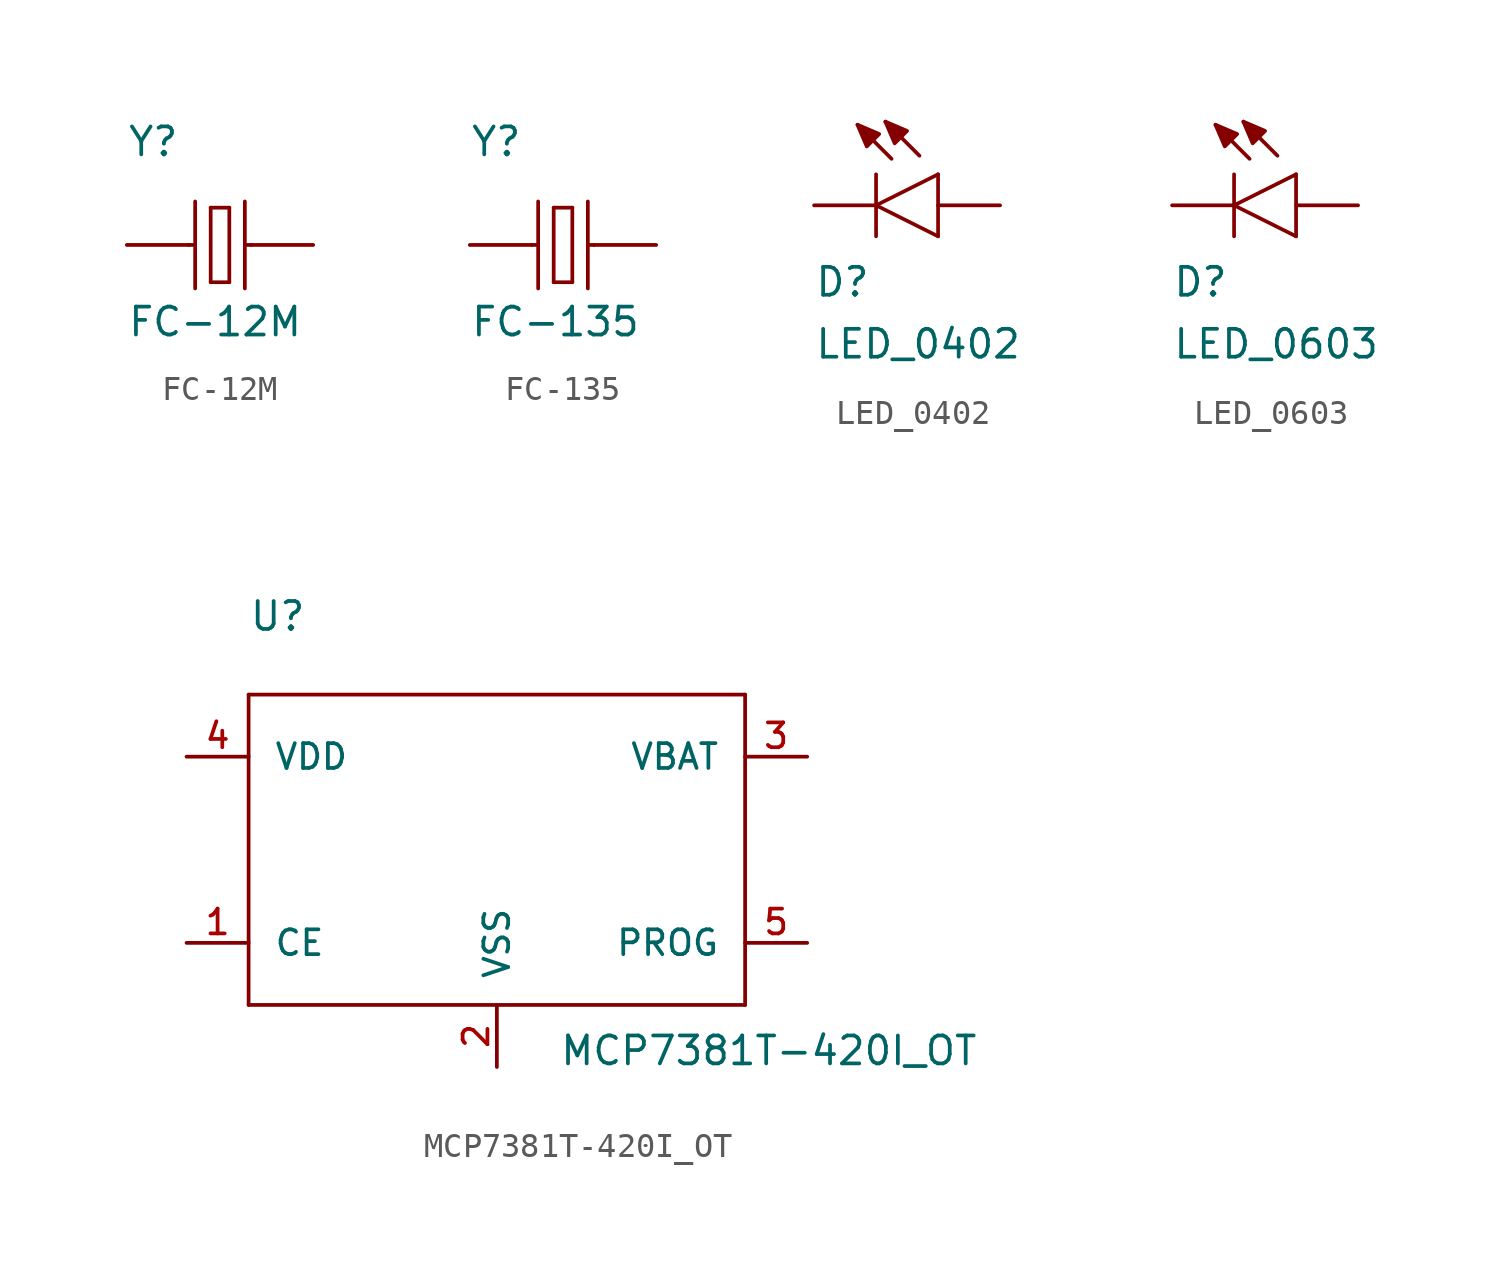
<source format=kicad_sym>
(kicad_symbol_lib
  (version 20211014)
  (generator kicad_symbol_editor)
  (symbol "FC-12M"
    (pin_numbers hide)
    (pin_names
      (offset 1.016) hide)
    (property "Reference" "Y"
      (at -5.08 3.556 0)
      (effects (font (size 1.143 1.143)) (justify left bottom)))
    (property "Value" "FC-12M"
      (at -5.08 -3.81 0)
      (effects (font (size 1.143 1.143)) (justify left bottom)))
    (property "ki_locked" ""
      (at 0 0 0)
      (effects (font (size 1.27 1.27))))
    (symbol "FC-12M_1_0"
      (polyline (pts (xy -2.54 0) (xy -2.286 0)) (stroke (width 0) (type default) (color 0 0 0 0)) (fill (type none)))
      (polyline (pts (xy -2.286 0) (xy -2.286 -1.778)) (stroke (width 0) (type default) (color 0 0 0 0)) (fill (type none)))
      (polyline (pts (xy -2.286 1.778) (xy -2.286 0)) (stroke (width 0) (type default) (color 0 0 0 0)) (fill (type none)))
      (polyline (pts (xy -1.651 -1.524) (xy -0.889 -1.524)) (stroke (width 0) (type default) (color 0 0 0 0)) (fill (type none)))
      (polyline (pts (xy -1.651 1.524) (xy -1.651 -1.524)) (stroke (width 0) (type default) (color 0 0 0 0)) (fill (type none)))
      (polyline (pts (xy -0.889 -1.524) (xy -0.889 1.524)) (stroke (width 0) (type default) (color 0 0 0 0)) (fill (type none)))
      (polyline (pts (xy -0.889 1.524) (xy -1.651 1.524)) (stroke (width 0) (type default) (color 0 0 0 0)) (fill (type none)))
      (polyline (pts (xy -0.254 0) (xy -0.254 -1.778)) (stroke (width 0) (type default) (color 0 0 0 0)) (fill (type none)))
      (polyline (pts (xy -0.254 0) (xy 0 0)) (stroke (width 0) (type default) (color 0 0 0 0)) (fill (type none)))
      (polyline (pts (xy -0.254 1.778) (xy -0.254 0)) (stroke (width 0) (type default) (color 0 0 0 0)) (fill (type none))))
    (symbol "FC-12M_1_1"
      (pin passive line (at -5.08 0 0) (length 2.54) (name "1" (effects (font (size 1.016 1.016)))) (number "1" (effects (font (size 1.016 1.016)))))
      (pin passive line (at 2.54 0 180) (length 2.54) (name "2" (effects (font (size 1.016 1.016)))) (number "2" (effects (font (size 1.016 1.016)))))))
  (symbol "FC-135"
    (pin_numbers hide)
    (pin_names
      (offset 1.016) hide)
    (property "Reference" "Y"
      (at -5.08 3.556 0)
      (effects (font (size 1.143 1.143)) (justify left bottom)))
    (property "Value" "FC-135"
      (at -5.08 -3.81 0)
      (effects (font (size 1.143 1.143)) (justify left bottom)))
    (property "ki_locked" ""
      (at 0 0 0)
      (effects (font (size 1.27 1.27))))
    (symbol "FC-135_1_0"
      (polyline (pts (xy -2.54 0) (xy -2.286 0)) (stroke (width 0) (type default) (color 0 0 0 0)) (fill (type none)))
      (polyline (pts (xy -2.286 0) (xy -2.286 -1.778)) (stroke (width 0) (type default) (color 0 0 0 0)) (fill (type none)))
      (polyline (pts (xy -2.286 1.778) (xy -2.286 0)) (stroke (width 0) (type default) (color 0 0 0 0)) (fill (type none)))
      (polyline (pts (xy -1.651 -1.524) (xy -0.889 -1.524)) (stroke (width 0) (type default) (color 0 0 0 0)) (fill (type none)))
      (polyline (pts (xy -1.651 1.524) (xy -1.651 -1.524)) (stroke (width 0) (type default) (color 0 0 0 0)) (fill (type none)))
      (polyline (pts (xy -0.889 -1.524) (xy -0.889 1.524)) (stroke (width 0) (type default) (color 0 0 0 0)) (fill (type none)))
      (polyline (pts (xy -0.889 1.524) (xy -1.651 1.524)) (stroke (width 0) (type default) (color 0 0 0 0)) (fill (type none)))
      (polyline (pts (xy -0.254 0) (xy -0.254 -1.778)) (stroke (width 0) (type default) (color 0 0 0 0)) (fill (type none)))
      (polyline (pts (xy -0.254 0) (xy 0 0)) (stroke (width 0) (type default) (color 0 0 0 0)) (fill (type none)))
      (polyline (pts (xy -0.254 1.778) (xy -0.254 0)) (stroke (width 0) (type default) (color 0 0 0 0)) (fill (type none))))
    (symbol "FC-135_1_1"
      (pin passive line (at -5.08 0 0) (length 2.54) (name "1" (effects (font (size 1.016 1.016)))) (number "1" (effects (font (size 1.016 1.016)))))
      (pin passive line (at 2.54 0 180) (length 2.54) (name "2" (effects (font (size 1.016 1.016)))) (number "2" (effects (font (size 1.016 1.016)))))))
  (symbol "LED_0402"
    (pin_numbers hide)
    (pin_names
      (offset 1.016) hide)
    (property "Reference" "D"
      (at -5.08 -3.81 0)
      (effects (font (size 1.143 1.143)) (justify left bottom)))
    (property "Value" "LED_0402"
      (at -5.08 -6.35 0)
      (effects (font (size 1.143 1.143)) (justify left bottom)))
    (property "ki_locked" ""
      (at 0 0 0)
      (effects (font (size 1.27 1.27))))
    (symbol "LED_0402_1_0"
      (polyline (pts (xy -2.54 -1.27) (xy -2.54 0)) (stroke (width 0) (type default) (color 0 0 0 0)) (fill (type none)))
      (polyline (pts (xy -2.54 0) (xy -2.54 1.27)) (stroke (width 0) (type default) (color 0 0 0 0)) (fill (type none)))
      (polyline (pts (xy -2.54 0) (xy 0 1.27)) (stroke (width 0) (type default) (color 0 0 0 0)) (fill (type none)))
      (polyline (pts (xy -1.905 1.905) (xy -3.302 3.302)) (stroke (width 0) (type default) (color 0 0 0 0)) (fill (type none)))
      (polyline (pts (xy -0.762 2.032) (xy -2.159 3.429)) (stroke (width 0) (type default) (color 0 0 0 0)) (fill (type none)))
      (polyline (pts (xy 0 -1.27) (xy -2.54 0)) (stroke (width 0) (type default) (color 0 0 0 0)) (fill (type none)))
      (polyline (pts (xy 0 -1.27) (xy 0 1.27)) (stroke (width 0) (type default) (color 0 0 0 0)) (fill (type none))))
    (symbol "LED_0402_1_1"
      (polyline (pts (xy -2.413 2.921) (xy -3.302 3.302) (xy -3.302 3.302) (xy -2.921 2.413) (xy -2.921 2.413) (xy -2.413 2.921)) (stroke (width 0) (type default) (color 0 0 0 0)) (fill (type outline)))
      (polyline (pts (xy -1.27 3.048) (xy -2.159 3.429) (xy -2.159 3.429) (xy -1.778 2.54) (xy -1.778 2.54) (xy -1.27 3.048)) (stroke (width 0) (type default) (color 0 0 0 0)) (fill (type outline)))
      (pin passive line (at -5.08 0 0) (length 2.54) (name "C" (effects (font (size 1.016 1.016)))) (number "1" (effects (font (size 1.016 1.016)))))
      (pin passive line (at 2.54 0 180) (length 2.54) (name "A" (effects (font (size 1.016 1.016)))) (number "2" (effects (font (size 1.016 1.016)))))))
  (symbol "LED_0603"
    (pin_numbers hide)
    (pin_names
      (offset 1.016) hide)
    (property "Reference" "D"
      (at -5.08 -3.81 0)
      (effects (font (size 1.143 1.143)) (justify left bottom)))
    (property "Value" "LED_0603"
      (at -5.08 -6.35 0)
      (effects (font (size 1.143 1.143)) (justify left bottom)))
    (property "ki_locked" ""
      (at 0 0 0)
      (effects (font (size 1.27 1.27))))
    (symbol "LED_0603_1_0"
      (polyline (pts (xy -2.54 -1.27) (xy -2.54 0)) (stroke (width 0) (type default) (color 0 0 0 0)) (fill (type none)))
      (polyline (pts (xy -2.54 0) (xy -2.54 1.27)) (stroke (width 0) (type default) (color 0 0 0 0)) (fill (type none)))
      (polyline (pts (xy -2.54 0) (xy 0 1.27)) (stroke (width 0) (type default) (color 0 0 0 0)) (fill (type none)))
      (polyline (pts (xy -1.905 1.905) (xy -3.302 3.302)) (stroke (width 0) (type default) (color 0 0 0 0)) (fill (type none)))
      (polyline (pts (xy -0.762 2.032) (xy -2.159 3.429)) (stroke (width 0) (type default) (color 0 0 0 0)) (fill (type none)))
      (polyline (pts (xy 0 -1.27) (xy -2.54 0)) (stroke (width 0) (type default) (color 0 0 0 0)) (fill (type none)))
      (polyline (pts (xy 0 -1.27) (xy 0 1.27)) (stroke (width 0) (type default) (color 0 0 0 0)) (fill (type none))))
    (symbol "LED_0603_1_1"
      (polyline (pts (xy -2.413 2.921) (xy -3.302 3.302) (xy -3.302 3.302) (xy -2.921 2.413) (xy -2.921 2.413) (xy -2.413 2.921)) (stroke (width 0) (type default) (color 0 0 0 0)) (fill (type outline)))
      (polyline (pts (xy -1.27 3.048) (xy -2.159 3.429) (xy -2.159 3.429) (xy -1.778 2.54) (xy -1.778 2.54) (xy -1.27 3.048)) (stroke (width 0) (type default) (color 0 0 0 0)) (fill (type outline)))
      (pin passive line (at -5.08 0 0) (length 2.54) (name "C" (effects (font (size 1.016 1.016)))) (number "1" (effects (font (size 1.016 1.016)))))
      (pin passive line (at 2.54 0 180) (length 2.54) (name "A" (effects (font (size 1.016 1.016)))) (number "2" (effects (font (size 1.016 1.016)))))))
  (symbol "MCP7381T-420I_OT"
    (pin_names
      (offset 1.016))
    (property "Reference" "U"
      (at -10.16 10.16 0)
      (effects (font (size 1.143 1.143)) (justify left bottom)))
    (property "Value" "MCP7381T-420I_OT"
      (at 2.54 -7.62 0)
      (effects (font (size 1.143 1.143)) (justify left bottom)))
    (property "ki_locked" ""
      (at 0 0 0)
      (effects (font (size 1.27 1.27))))
    (symbol "MCP7381T-420I_OT_1_0"
      (polyline (pts (xy -10.16 -5.08) (xy -10.16 7.62)) (stroke (width 0) (type default) (color 0 0 0 0)) (fill (type none)))
      (polyline (pts (xy -10.16 7.62) (xy 10.16 7.62)) (stroke (width 0) (type default) (color 0 0 0 0)) (fill (type none)))
      (polyline (pts (xy 10.16 -5.08) (xy -10.16 -5.08)) (stroke (width 0) (type default) (color 0 0 0 0)) (fill (type none)))
      (polyline (pts (xy 10.16 7.62) (xy 10.16 -5.08)) (stroke (width 0) (type default) (color 0 0 0 0)) (fill (type none))))
    (symbol "MCP7381T-420I_OT_1_1"
      (pin input line (at -12.7 -2.54 0) (length 2.54) (name "CE" (effects (font (size 1.016 1.016)))) (number "1" (effects (font (size 1.016 1.016)))))
      (pin power_in line (at 0 -7.62 90) (length 2.54) (name "VSS" (effects (font (size 1.016 1.016)))) (number "2" (effects (font (size 1.016 1.016)))))
      (pin power_out line (at 12.7 5.08 180) (length 2.54) (name "VBAT" (effects (font (size 1.016 1.016)))) (number "3" (effects (font (size 1.016 1.016)))))
      (pin power_in line (at -12.7 5.08 0) (length 2.54) (name "VDD" (effects (font (size 1.016 1.016)))) (number "4" (effects (font (size 1.016 1.016)))))
      (pin passive line (at 12.7 -2.54 180) (length 2.54) (name "PROG" (effects (font (size 1.016 1.016)))) (number "5" (effects (font (size 1.016 1.016))))))))
</source>
